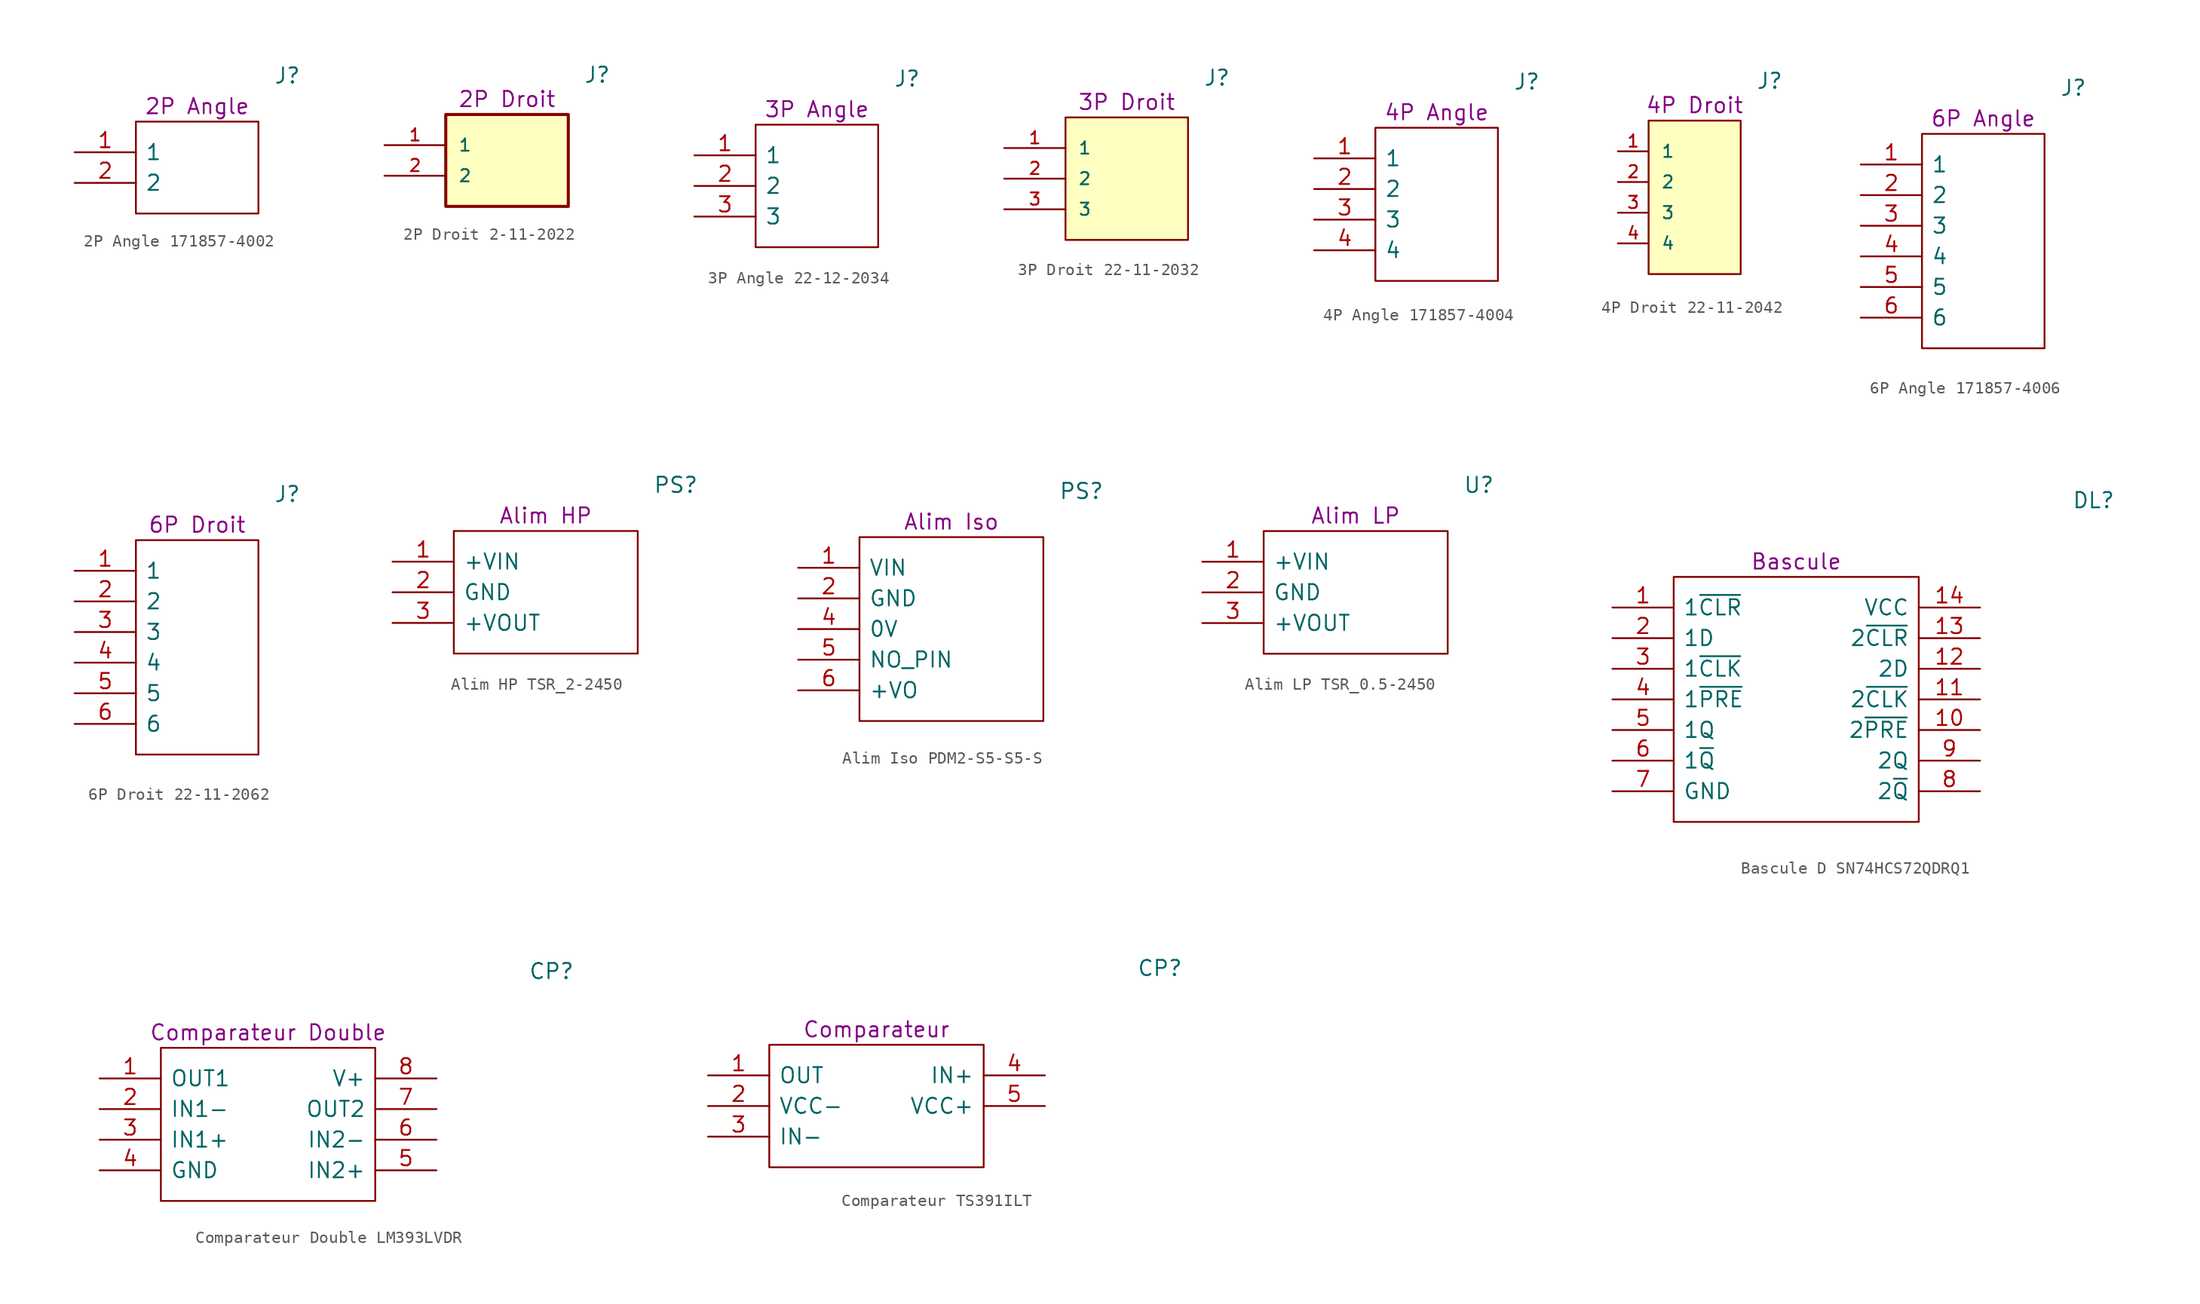
<source format=kicad_sym>
(kicad_symbol_lib
  (version 20211014)
  (generator kicad_symbol_editor)
  (symbol "2P Angle 171857-4002"
    (pin_names
      (offset 0.762))
    (property "Reference" "J"
      (at 16.51 6.35 0)
      (effects (font (size 1.27 1.27)) (justify left)))
    (property "Render Name " "2P Angle"
      (at 10.16 3.81 0)
      (effects (font (size 1.27 1.27))))
    (symbol "2P Angle 171857-4002_0_0"
      (pin passive line (at 0 0 0) (length 5.08) (name "1" (effects (font (size 1.27 1.27)))) (number "1" (effects (font (size 1.27 1.27)))))
      (pin passive line (at 0 -2.54 0) (length 5.08) (name "2" (effects (font (size 1.27 1.27)))) (number "2" (effects (font (size 1.27 1.27))))))
    (symbol "2P Angle 171857-4002_0_1"
      (polyline (pts (xy 5.08 2.54) (xy 15.24 2.54) (xy 15.24 -5.08) (xy 5.08 -5.08) (xy 5.08 2.54)) (stroke (width 0.152) (type default) (color 0 0 0 0)) (fill (type none)))))
  (symbol "2P Droit 2-11-2022"
    (pin_names
      (offset 1.016))
    (property "Reference" "J"
      (at 6.35 5.08 0)
      (effects (font (size 1.27 1.27)) (justify left bottom)))
    (property "Render Name" "2P Droit"
      (at 0 3.81 0)
      (effects (font (size 1.27 1.27))))
    (symbol "2P Droit 2-11-2022_0_0"
      (rectangle (start -5.08 -5.08) (end 5.08 2.54) (stroke (width 0.254) (type default) (color 0 0 0 0)) (fill (type background)))
      (pin passive line (at -10.16 0 0) (length 5.08) (name "1" (effects (font (size 1.016 1.016)))) (number "1" (effects (font (size 1.016 1.016)))))
      (pin passive line (at -10.16 -2.54 0) (length 5.08) (name "2" (effects (font (size 1.016 1.016)))) (number "2" (effects (font (size 1.016 1.016)))))))
  (symbol "3P Angle 22-12-2034"
    (pin_names
      (offset 0.762))
    (property "Reference" "J"
      (at 16.51 6.35 0)
      (effects (font (size 1.27 1.27)) (justify left)))
    (property "Render Name" "3P Angle"
      (at 10.16 3.81 0)
      (effects (font (size 1.27 1.27))))
    (symbol "3P Angle 22-12-2034_0_0"
      (pin passive line (at 0 0 0) (length 5.08) (name "1" (effects (font (size 1.27 1.27)))) (number "1" (effects (font (size 1.27 1.27)))))
      (pin passive line (at 0 -2.54 0) (length 5.08) (name "2" (effects (font (size 1.27 1.27)))) (number "2" (effects (font (size 1.27 1.27)))))
      (pin passive line (at 0 -5.08 0) (length 5.08) (name "3" (effects (font (size 1.27 1.27)))) (number "3" (effects (font (size 1.27 1.27))))))
    (symbol "3P Angle 22-12-2034_0_1"
      (polyline (pts (xy 5.08 2.54) (xy 15.24 2.54) (xy 15.24 -7.62) (xy 5.08 -7.62) (xy 5.08 2.54)) (stroke (width 0.152) (type default) (color 0 0 0 0)) (fill (type none)))))
  (symbol "3P Droit 22-11-2032"
    (pin_names
      (offset 1.016))
    (property "Reference" "J"
      (at 6.35 7.62 0)
      (effects (font (size 1.27 1.27)) (justify left bottom)))
    (property "Render Name" "3P Droit"
      (at 0 6.35 0)
      (effects (font (size 1.27 1.27))))
    (symbol "3P Droit 22-11-2032_0_0"
      (rectangle (start -5.08 -5.08) (end 5.08 5.08) (stroke (width 0.152) (type default) (color 0 0 0 0)) (fill (type background)))
      (pin passive line (at -10.16 2.54 0) (length 5.08) (name "1" (effects (font (size 1.016 1.016)))) (number "1" (effects (font (size 1.016 1.016)))))
      (pin passive line (at -10.16 0 0) (length 5.08) (name "2" (effects (font (size 1.016 1.016)))) (number "2" (effects (font (size 1.016 1.016)))))
      (pin passive line (at -10.16 -2.54 0) (length 5.08) (name "3" (effects (font (size 1.016 1.016)))) (number "3" (effects (font (size 1.016 1.016)))))))
  (symbol "4P Angle 171857-4004"
    (pin_names
      (offset 0.762))
    (property "Reference" "J"
      (at 16.51 6.35 0)
      (effects (font (size 1.27 1.27)) (justify left)))
    (property "Render Name" "4P Angle"
      (at 10.16 3.81 0)
      (effects (font (size 1.27 1.27))))
    (symbol "4P Angle 171857-4004_0_0"
      (pin passive line (at 0 0 0) (length 5.08) (name "1" (effects (font (size 1.27 1.27)))) (number "1" (effects (font (size 1.27 1.27)))))
      (pin passive line (at 0 -2.54 0) (length 5.08) (name "2" (effects (font (size 1.27 1.27)))) (number "2" (effects (font (size 1.27 1.27)))))
      (pin passive line (at 0 -5.08 0) (length 5.08) (name "3" (effects (font (size 1.27 1.27)))) (number "3" (effects (font (size 1.27 1.27)))))
      (pin passive line (at 0 -7.62 0) (length 5.08) (name "4" (effects (font (size 1.27 1.27)))) (number "4" (effects (font (size 1.27 1.27))))))
    (symbol "4P Angle 171857-4004_0_1"
      (polyline (pts (xy 5.08 2.54) (xy 15.24 2.54) (xy 15.24 -10.16) (xy 5.08 -10.16) (xy 5.08 2.54)) (stroke (width 0.152) (type default) (color 0 0 0 0)) (fill (type none)))))
  (symbol "4P Droit 22-11-2042"
    (pin_names
      (offset 1.016))
    (property "Reference" "J"
      (at 6.35 7.62 0)
      (effects (font (size 1.27 1.27)) (justify left bottom)))
    (property "Render Name" "4P Droit"
      (at 1.27 6.35 0)
      (effects (font (size 1.27 1.27))))
    (symbol "4P Droit 22-11-2042_0_0"
      (rectangle (start -2.54 -7.62) (end 5.08 5.08) (stroke (width 0.152) (type default) (color 0 0 0 0)) (fill (type background)))
      (pin passive line (at -5.08 2.54 0) (length 2.54) (name "1" (effects (font (size 1.016 1.016)))) (number "1" (effects (font (size 1.016 1.016)))))
      (pin passive line (at -5.08 0 0) (length 2.54) (name "2" (effects (font (size 1.016 1.016)))) (number "2" (effects (font (size 1.016 1.016)))))
      (pin passive line (at -5.08 -2.54 0) (length 2.54) (name "3" (effects (font (size 1.016 1.016)))) (number "3" (effects (font (size 1.016 1.016)))))
      (pin passive line (at -5.08 -5.08 0) (length 2.54) (name "4" (effects (font (size 1.016 1.016)))) (number "4" (effects (font (size 1.016 1.016)))))))
  (symbol "6P Angle 171857-4006"
    (pin_names
      (offset 0.762))
    (property "Reference" "J"
      (at 16.51 6.35 0)
      (effects (font (size 1.27 1.27)) (justify left)))
    (property "Render Name" "6P Angle"
      (at 10.16 3.81 0)
      (effects (font (size 1.27 1.27))))
    (symbol "6P Angle 171857-4006_0_0"
      (pin passive line (at 0 0 0) (length 5.08) (name "1" (effects (font (size 1.27 1.27)))) (number "1" (effects (font (size 1.27 1.27)))))
      (pin passive line (at 0 -2.54 0) (length 5.08) (name "2" (effects (font (size 1.27 1.27)))) (number "2" (effects (font (size 1.27 1.27)))))
      (pin passive line (at 0 -5.08 0) (length 5.08) (name "3" (effects (font (size 1.27 1.27)))) (number "3" (effects (font (size 1.27 1.27)))))
      (pin passive line (at 0 -7.62 0) (length 5.08) (name "4" (effects (font (size 1.27 1.27)))) (number "4" (effects (font (size 1.27 1.27)))))
      (pin passive line (at 0 -10.16 0) (length 5.08) (name "5" (effects (font (size 1.27 1.27)))) (number "5" (effects (font (size 1.27 1.27)))))
      (pin passive line (at 0 -12.7 0) (length 5.08) (name "6" (effects (font (size 1.27 1.27)))) (number "6" (effects (font (size 1.27 1.27))))))
    (symbol "6P Angle 171857-4006_0_1"
      (polyline (pts (xy 5.08 2.54) (xy 15.24 2.54) (xy 15.24 -15.24) (xy 5.08 -15.24) (xy 5.08 2.54)) (stroke (width 0.152) (type default) (color 0 0 0 0)) (fill (type none)))))
  (symbol "6P Droit 22-11-2062"
    (pin_names
      (offset 0.762))
    (property "Reference" "J"
      (at 16.51 6.35 0)
      (effects (font (size 1.27 1.27)) (justify left)))
    (property "Render Name" "6P Droit"
      (at 10.16 3.81 0)
      (effects (font (size 1.27 1.27))))
    (symbol "6P Droit 22-11-2062_0_0"
      (pin passive line (at 0 0 0) (length 5.08) (name "1" (effects (font (size 1.27 1.27)))) (number "1" (effects (font (size 1.27 1.27)))))
      (pin passive line (at 0 -2.54 0) (length 5.08) (name "2" (effects (font (size 1.27 1.27)))) (number "2" (effects (font (size 1.27 1.27)))))
      (pin passive line (at 0 -5.08 0) (length 5.08) (name "3" (effects (font (size 1.27 1.27)))) (number "3" (effects (font (size 1.27 1.27)))))
      (pin passive line (at 0 -7.62 0) (length 5.08) (name "4" (effects (font (size 1.27 1.27)))) (number "4" (effects (font (size 1.27 1.27)))))
      (pin passive line (at 0 -10.16 0) (length 5.08) (name "5" (effects (font (size 1.27 1.27)))) (number "5" (effects (font (size 1.27 1.27)))))
      (pin passive line (at 0 -12.7 0) (length 5.08) (name "6" (effects (font (size 1.27 1.27)))) (number "6" (effects (font (size 1.27 1.27))))))
    (symbol "6P Droit 22-11-2062_0_1"
      (polyline (pts (xy 5.08 2.54) (xy 15.24 2.54) (xy 15.24 -15.24) (xy 5.08 -15.24) (xy 5.08 2.54)) (stroke (width 0.152) (type default) (color 0 0 0 0)) (fill (type none)))))
  (symbol "Alim HP TSR_2-2450"
    (pin_names
      (offset 0.762))
    (property "Reference" "PS"
      (at 21.59 6.35 0)
      (effects (font (size 1.27 1.27)) (justify left)))
    (property "Render Name" "Alim HP"
      (at 12.7 3.81 0)
      (effects (font (size 1.27 1.27))))
    (symbol "Alim HP TSR_2-2450_0_0"
      (pin input line (at 0 0 0) (length 5.08) (name "+VIN" (effects (font (size 1.27 1.27)))) (number "1" (effects (font (size 1.27 1.27)))))
      (pin power_in line (at 0 -2.54 0) (length 5.08) (name "GND" (effects (font (size 1.27 1.27)))) (number "2" (effects (font (size 1.27 1.27)))))
      (pin output line (at 0 -5.08 0) (length 5.08) (name "+VOUT" (effects (font (size 1.27 1.27)))) (number "3" (effects (font (size 1.27 1.27))))))
    (symbol "Alim HP TSR_2-2450_0_1"
      (polyline (pts (xy 5.08 2.54) (xy 20.32 2.54) (xy 20.32 -7.62) (xy 5.08 -7.62) (xy 5.08 2.54)) (stroke (width 0.152) (type default) (color 0 0 0 0)) (fill (type none)))))
  (symbol "Alim Iso PDM2-S5-S5-S"
    (pin_names
      (offset 0.762))
    (property "Reference" "PS"
      (at 21.59 6.35 0)
      (effects (font (size 1.27 1.27)) (justify left)))
    (property "Render Name" "Alim Iso"
      (at 12.7 3.81 0)
      (effects (font (size 1.27 1.27))))
    (symbol "Alim Iso PDM2-S5-S5-S_0_0"
      (pin passive line (at 0 0 0) (length 5.08) (name "VIN" (effects (font (size 1.27 1.27)))) (number "1" (effects (font (size 1.27 1.27)))))
      (pin passive line (at 0 -2.54 0) (length 5.08) (name "GND" (effects (font (size 1.27 1.27)))) (number "2" (effects (font (size 1.27 1.27)))))
      (pin passive line (at 0 -5.08 0) (length 5.08) (name "0V" (effects (font (size 1.27 1.27)))) (number "4" (effects (font (size 1.27 1.27)))))
      (pin passive line (at 0 -7.62 0) (length 5.08) (name "NO_PIN" (effects (font (size 1.27 1.27)))) (number "5" (effects (font (size 1.27 1.27)))))
      (pin passive line (at 0 -10.16 0) (length 5.08) (name "+VO" (effects (font (size 1.27 1.27)))) (number "6" (effects (font (size 1.27 1.27))))))
    (symbol "Alim Iso PDM2-S5-S5-S_0_1"
      (polyline (pts (xy 5.08 2.54) (xy 20.32 2.54) (xy 20.32 -12.7) (xy 5.08 -12.7) (xy 5.08 2.54)) (stroke (width 0.152) (type default) (color 0 0 0 0)) (fill (type none)))))
  (symbol "Alim LP TSR_0.5-2450"
    (pin_names
      (offset 0.762))
    (property "Reference" "U"
      (at 20.32 11.43 0)
      (effects (font (size 1.27 1.27)) (justify left)))
    (property "Render Name" "Alim LP"
      (at 11.43 8.89 0)
      (effects (font (size 1.27 1.27))))
    (symbol "Alim LP TSR_0.5-2450_0_0"
      (pin passive line (at -1.27 5.08 0) (length 5.08) (name "+VIN" (effects (font (size 1.27 1.27)))) (number "1" (effects (font (size 1.27 1.27)))))
      (pin passive line (at -1.27 2.54 0) (length 5.08) (name "GND" (effects (font (size 1.27 1.27)))) (number "2" (effects (font (size 1.27 1.27)))))
      (pin passive line (at -1.27 0 0) (length 5.08) (name "+VOUT" (effects (font (size 1.27 1.27)))) (number "3" (effects (font (size 1.27 1.27))))))
    (symbol "Alim LP TSR_0.5-2450_0_1"
      (polyline (pts (xy 3.81 7.62) (xy 19.05 7.62) (xy 19.05 -2.54) (xy 3.81 -2.54) (xy 3.81 7.62)) (stroke (width 0.152) (type default) (color 0 0 0 0)) (fill (type none)))))
  (symbol "Bascule D SN74HCS72QDRQ1"
    (pin_names
      (offset 0.762))
    (property "Reference" "DL"
      (at 38.1 8.89 0)
      (effects (font (size 1.27 1.27)) (justify left)))
    (property "Render Name" "Bascule"
      (at 15.24 3.81 0)
      (effects (font (size 1.27 1.27))))
    (symbol "Bascule D SN74HCS72QDRQ1_0_0"
      (pin passive line (at 0 0 0) (length 5.08) (name "1~{CLR}" (effects (font (size 1.27 1.27)))) (number "1" (effects (font (size 1.27 1.27)))))
      (pin passive line (at 30.48 -10.16 180) (length 5.08) (name "2~{PRE}" (effects (font (size 1.27 1.27)))) (number "10" (effects (font (size 1.27 1.27)))))
      (pin passive line (at 30.48 -7.62 180) (length 5.08) (name "2~{CLK}" (effects (font (size 1.27 1.27)))) (number "11" (effects (font (size 1.27 1.27)))))
      (pin passive line (at 30.48 -5.08 180) (length 5.08) (name "2D" (effects (font (size 1.27 1.27)))) (number "12" (effects (font (size 1.27 1.27)))))
      (pin passive line (at 30.48 -2.54 180) (length 5.08) (name "2~{CLR}" (effects (font (size 1.27 1.27)))) (number "13" (effects (font (size 1.27 1.27)))))
      (pin passive line (at 30.48 0 180) (length 5.08) (name "VCC" (effects (font (size 1.27 1.27)))) (number "14" (effects (font (size 1.27 1.27)))))
      (pin passive line (at 0 -2.54 0) (length 5.08) (name "1D" (effects (font (size 1.27 1.27)))) (number "2" (effects (font (size 1.27 1.27)))))
      (pin passive line (at 0 -5.08 0) (length 5.08) (name "1~{CLK}" (effects (font (size 1.27 1.27)))) (number "3" (effects (font (size 1.27 1.27)))))
      (pin passive line (at 0 -7.62 0) (length 5.08) (name "1~{PRE}" (effects (font (size 1.27 1.27)))) (number "4" (effects (font (size 1.27 1.27)))))
      (pin passive line (at 0 -10.16 0) (length 5.08) (name "1Q" (effects (font (size 1.27 1.27)))) (number "5" (effects (font (size 1.27 1.27)))))
      (pin passive line (at 0 -12.7 0) (length 5.08) (name "1~{Q}" (effects (font (size 1.27 1.27)))) (number "6" (effects (font (size 1.27 1.27)))))
      (pin passive line (at 0 -15.24 0) (length 5.08) (name "GND" (effects (font (size 1.27 1.27)))) (number "7" (effects (font (size 1.27 1.27)))))
      (pin passive line (at 30.48 -15.24 180) (length 5.08) (name "2~{Q}" (effects (font (size 1.27 1.27)))) (number "8" (effects (font (size 1.27 1.27)))))
      (pin passive line (at 30.48 -12.7 180) (length 5.08) (name "2Q" (effects (font (size 1.27 1.27)))) (number "9" (effects (font (size 1.27 1.27))))))
    (symbol "Bascule D SN74HCS72QDRQ1_0_1"
      (polyline (pts (xy 5.08 2.54) (xy 25.4 2.54) (xy 25.4 -17.78) (xy 5.08 -17.78) (xy 5.08 2.54)) (stroke (width 0.152) (type default) (color 0 0 0 0)) (fill (type none)))))
  (symbol "Comparateur Double LM393LVDR"
    (pin_names
      (offset 0.762))
    (property "Reference" "CP"
      (at 35.56 8.89 0)
      (effects (font (size 1.27 1.27)) (justify left)))
    (property "Render Name" "Comparateur Double"
      (at 13.97 3.81 0)
      (effects (font (size 1.27 1.27))))
    (symbol "Comparateur Double LM393LVDR_0_0"
      (pin passive line (at 0 0 0) (length 5.08) (name "OUT1" (effects (font (size 1.27 1.27)))) (number "1" (effects (font (size 1.27 1.27)))))
      (pin passive line (at 0 -2.54 0) (length 5.08) (name "IN1-" (effects (font (size 1.27 1.27)))) (number "2" (effects (font (size 1.27 1.27)))))
      (pin passive line (at 0 -5.08 0) (length 5.08) (name "IN1+" (effects (font (size 1.27 1.27)))) (number "3" (effects (font (size 1.27 1.27)))))
      (pin passive line (at 0 -7.62 0) (length 5.08) (name "GND" (effects (font (size 1.27 1.27)))) (number "4" (effects (font (size 1.27 1.27)))))
      (pin passive line (at 27.94 -7.62 180) (length 5.08) (name "IN2+" (effects (font (size 1.27 1.27)))) (number "5" (effects (font (size 1.27 1.27)))))
      (pin passive line (at 27.94 -5.08 180) (length 5.08) (name "IN2-" (effects (font (size 1.27 1.27)))) (number "6" (effects (font (size 1.27 1.27)))))
      (pin passive line (at 27.94 -2.54 180) (length 5.08) (name "OUT2" (effects (font (size 1.27 1.27)))) (number "7" (effects (font (size 1.27 1.27)))))
      (pin passive line (at 27.94 0 180) (length 5.08) (name "V+" (effects (font (size 1.27 1.27)))) (number "8" (effects (font (size 1.27 1.27))))))
    (symbol "Comparateur Double LM393LVDR_0_1"
      (polyline (pts (xy 5.08 2.54) (xy 22.86 2.54) (xy 22.86 -10.16) (xy 5.08 -10.16) (xy 5.08 2.54)) (stroke (width 0.152) (type default) (color 0 0 0 0)) (fill (type none)))))
  (symbol "Comparateur TS391ILT"
    (pin_names
      (offset 0.762))
    (property "Reference" "CP"
      (at 35.56 8.89 0)
      (effects (font (size 1.27 1.27)) (justify left)))
    (property "Render Name" "Comparateur"
      (at 13.97 3.81 0)
      (effects (font (size 1.27 1.27))))
    (symbol "Comparateur TS391ILT_0_0"
      (pin passive line (at 0 0 0) (length 5.08) (name "OUT" (effects (font (size 1.27 1.27)))) (number "1" (effects (font (size 1.27 1.27)))))
      (pin passive line (at 0 -2.54 0) (length 5.08) (name "VCC-" (effects (font (size 1.27 1.27)))) (number "2" (effects (font (size 1.27 1.27)))))
      (pin passive line (at 0 -5.08 0) (length 5.08) (name "IN-" (effects (font (size 1.27 1.27)))) (number "3" (effects (font (size 1.27 1.27)))))
      (pin passive line (at 27.94 0 180) (length 5.08) (name "IN+" (effects (font (size 1.27 1.27)))) (number "4" (effects (font (size 1.27 1.27)))))
      (pin passive line (at 27.94 -2.54 180) (length 5.08) (name "VCC+" (effects (font (size 1.27 1.27)))) (number "5" (effects (font (size 1.27 1.27))))))
    (symbol "Comparateur TS391ILT_0_1"
      (polyline (pts (xy 5.08 2.54) (xy 22.86 2.54) (xy 22.86 -7.62) (xy 5.08 -7.62) (xy 5.08 2.54)) (stroke (width 0.152) (type default) (color 0 0 0 0)) (fill (type none))))))
</source>
